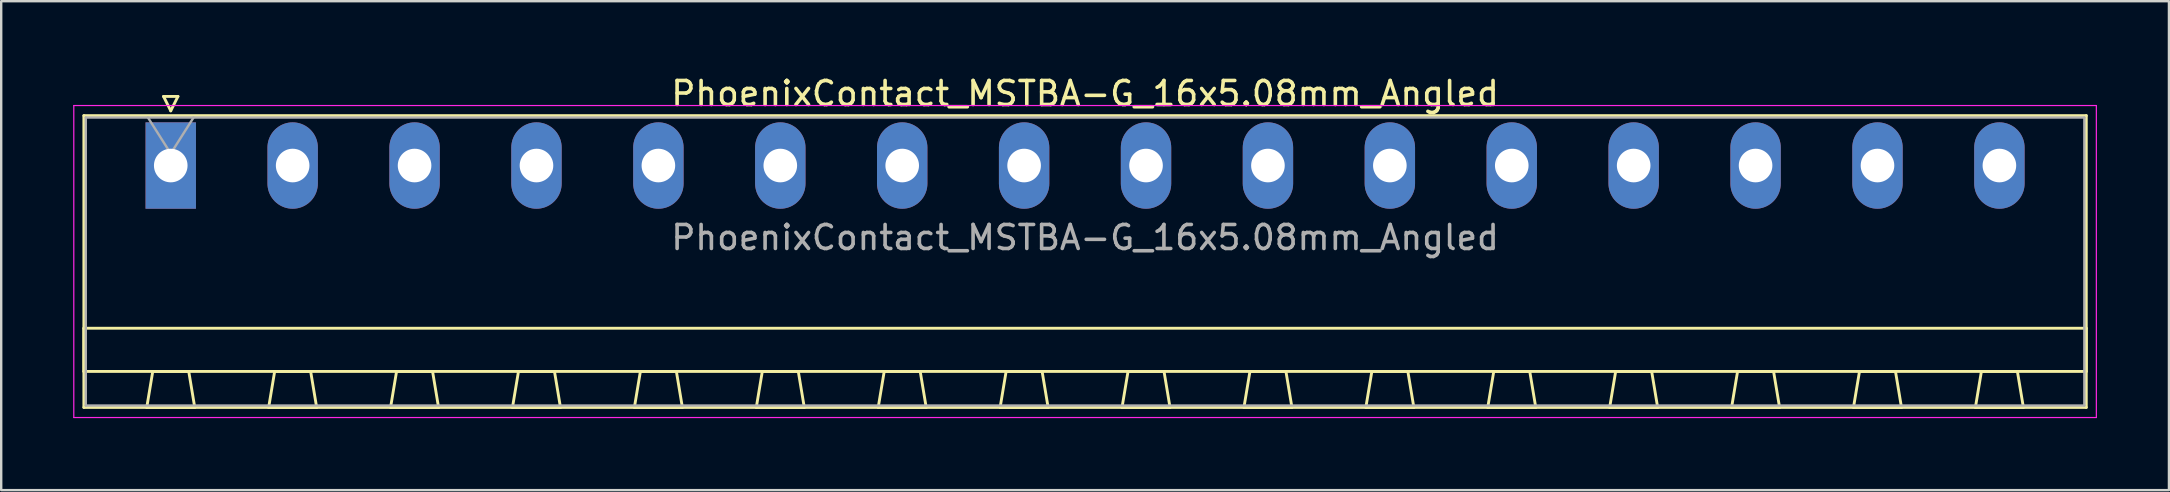
<source format=kicad_pcb>
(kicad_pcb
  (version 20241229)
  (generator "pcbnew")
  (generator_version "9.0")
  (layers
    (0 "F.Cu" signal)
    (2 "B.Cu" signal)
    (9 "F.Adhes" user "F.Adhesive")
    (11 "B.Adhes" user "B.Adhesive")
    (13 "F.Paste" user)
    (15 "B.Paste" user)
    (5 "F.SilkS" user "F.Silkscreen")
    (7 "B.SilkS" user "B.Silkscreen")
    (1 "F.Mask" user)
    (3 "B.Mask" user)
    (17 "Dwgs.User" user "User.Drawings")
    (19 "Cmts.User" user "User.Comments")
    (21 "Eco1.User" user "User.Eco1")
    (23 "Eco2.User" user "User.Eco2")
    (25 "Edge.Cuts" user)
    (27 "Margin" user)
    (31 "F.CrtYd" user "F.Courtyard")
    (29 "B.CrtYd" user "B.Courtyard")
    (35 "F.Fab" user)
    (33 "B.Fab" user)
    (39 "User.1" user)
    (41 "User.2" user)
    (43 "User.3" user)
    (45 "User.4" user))
  (footprint "PhoenixContact_MSTBA-G_16x5.08mm_Angled"
    (layer "F.Cu")
    (at 4.065 3.848)
    (property "Reference" "PhoenixContact_MSTBA-G_16x5.08mm_Angled" (at 38.1 -3 0) (layer "F.SilkS") (effects (font (size 1 1) (thickness 0.15))))
    (attr through_hole)
    (fp_line (start -3.62 -2.08) (end -3.62 10.08) (stroke (width 0.12) (type solid)) (layer "F.SilkS"))
    (fp_line (start -3.62 6.78) (end 79.82 6.78) (stroke (width 0.12) (type solid)) (layer "F.SilkS"))
    (fp_line (start -3.62 8.58) (end -3.62 6.78) (stroke (width 0.12) (type solid)) (layer "F.SilkS"))
    (fp_line (start -3.62 10.08) (end 79.82 10.08) (stroke (width 0.12) (type solid)) (layer "F.SilkS"))
    (fp_line (start -1 10.08) (end 1 10.08) (stroke (width 0.12) (type solid)) (layer "F.SilkS"))
    (fp_line (start -0.75 8.58) (end -1 10.08) (stroke (width 0.12) (type solid)) (layer "F.SilkS"))
    (fp_line (start -0.3 -2.88) (end 0.3 -2.88) (stroke (width 0.12) (type solid)) (layer "F.SilkS"))
    (fp_line (start 0 -2.28) (end -0.3 -2.88) (stroke (width 0.12) (type solid)) (layer "F.SilkS"))
    (fp_line (start 0.3 -2.88) (end 0 -2.28) (stroke (width 0.12) (type solid)) (layer "F.SilkS"))
    (fp_line (start 0.75 8.58) (end -0.75 8.58) (stroke (width 0.12) (type solid)) (layer "F.SilkS"))
    (fp_line (start 1 10.08) (end 0.75 8.58) (stroke (width 0.12) (type solid)) (layer "F.SilkS"))
    (fp_line (start 4.08 10.08) (end 6.08 10.08) (stroke (width 0.12) (type solid)) (layer "F.SilkS"))
    (fp_line (start 4.33 8.58) (end 4.08 10.08) (stroke (width 0.12) (type solid)) (layer "F.SilkS"))
    (fp_line (start 5.83 8.58) (end 4.33 8.58) (stroke (width 0.12) (type solid)) (layer "F.SilkS"))
    (fp_line (start 6.08 10.08) (end 5.83 8.58) (stroke (width 0.12) (type solid)) (layer "F.SilkS"))
    (fp_line (start 9.16 10.08) (end 11.16 10.08) (stroke (width 0.12) (type solid)) (layer "F.SilkS"))
    (fp_line (start 9.41 8.58) (end 9.16 10.08) (stroke (width 0.12) (type solid)) (layer "F.SilkS"))
    (fp_line (start 10.91 8.58) (end 9.41 8.58) (stroke (width 0.12) (type solid)) (layer "F.SilkS"))
    (fp_line (start 11.16 10.08) (end 10.91 8.58) (stroke (width 0.12) (type solid)) (layer "F.SilkS"))
    (fp_line (start 14.24 10.08) (end 16.24 10.08) (stroke (width 0.12) (type solid)) (layer "F.SilkS"))
    (fp_line (start 14.49 8.58) (end 14.24 10.08) (stroke (width 0.12) (type solid)) (layer "F.SilkS"))
    (fp_line (start 15.99 8.58) (end 14.49 8.58) (stroke (width 0.12) (type solid)) (layer "F.SilkS"))
    (fp_line (start 16.24 10.08) (end 15.99 8.58) (stroke (width 0.12) (type solid)) (layer "F.SilkS"))
    (fp_line (start 19.32 10.08) (end 21.32 10.08) (stroke (width 0.12) (type solid)) (layer "F.SilkS"))
    (fp_line (start 19.57 8.58) (end 19.32 10.08) (stroke (width 0.12) (type solid)) (layer "F.SilkS"))
    (fp_line (start 21.07 8.58) (end 19.57 8.58) (stroke (width 0.12) (type solid)) (layer "F.SilkS"))
    (fp_line (start 21.32 10.08) (end 21.07 8.58) (stroke (width 0.12) (type solid)) (layer "F.SilkS"))
    (fp_line (start 24.4 10.08) (end 26.4 10.08) (stroke (width 0.12) (type solid)) (layer "F.SilkS"))
    (fp_line (start 24.65 8.58) (end 24.4 10.08) (stroke (width 0.12) (type solid)) (layer "F.SilkS"))
    (fp_line (start 26.15 8.58) (end 24.65 8.58) (stroke (width 0.12) (type solid)) (layer "F.SilkS"))
    (fp_line (start 26.4 10.08) (end 26.15 8.58) (stroke (width 0.12) (type solid)) (layer "F.SilkS"))
    (fp_line (start 29.48 10.08) (end 31.48 10.08) (stroke (width 0.12) (type solid)) (layer "F.SilkS"))
    (fp_line (start 29.73 8.58) (end 29.48 10.08) (stroke (width 0.12) (type solid)) (layer "F.SilkS"))
    (fp_line (start 31.23 8.58) (end 29.73 8.58) (stroke (width 0.12) (type solid)) (layer "F.SilkS"))
    (fp_line (start 31.48 10.08) (end 31.23 8.58) (stroke (width 0.12) (type solid)) (layer "F.SilkS"))
    (fp_line (start 34.56 10.08) (end 36.56 10.08) (stroke (width 0.12) (type solid)) (layer "F.SilkS"))
    (fp_line (start 34.81 8.58) (end 34.56 10.08) (stroke (width 0.12) (type solid)) (layer "F.SilkS"))
    (fp_line (start 36.31 8.58) (end 34.81 8.58) (stroke (width 0.12) (type solid)) (layer "F.SilkS"))
    (fp_line (start 36.56 10.08) (end 36.31 8.58) (stroke (width 0.12) (type solid)) (layer "F.SilkS"))
    (fp_line (start 39.64 10.08) (end 41.64 10.08) (stroke (width 0.12) (type solid)) (layer "F.SilkS"))
    (fp_line (start 39.89 8.58) (end 39.64 10.08) (stroke (width 0.12) (type solid)) (layer "F.SilkS"))
    (fp_line (start 41.39 8.58) (end 39.89 8.58) (stroke (width 0.12) (type solid)) (layer "F.SilkS"))
    (fp_line (start 41.64 10.08) (end 41.39 8.58) (stroke (width 0.12) (type solid)) (layer "F.SilkS"))
    (fp_line (start 44.72 10.08) (end 46.72 10.08) (stroke (width 0.12) (type solid)) (layer "F.SilkS"))
    (fp_line (start 44.97 8.58) (end 44.72 10.08) (stroke (width 0.12) (type solid)) (layer "F.SilkS"))
    (fp_line (start 46.47 8.58) (end 44.97 8.58) (stroke (width 0.12) (type solid)) (layer "F.SilkS"))
    (fp_line (start 46.72 10.08) (end 46.47 8.58) (stroke (width 0.12) (type solid)) (layer "F.SilkS"))
    (fp_line (start 49.8 10.08) (end 51.8 10.08) (stroke (width 0.12) (type solid)) (layer "F.SilkS"))
    (fp_line (start 50.05 8.58) (end 49.8 10.08) (stroke (width 0.12) (type solid)) (layer "F.SilkS"))
    (fp_line (start 51.55 8.58) (end 50.05 8.58) (stroke (width 0.12) (type solid)) (layer "F.SilkS"))
    (fp_line (start 51.8 10.08) (end 51.55 8.58) (stroke (width 0.12) (type solid)) (layer "F.SilkS"))
    (fp_line (start 54.88 10.08) (end 56.88 10.08) (stroke (width 0.12) (type solid)) (layer "F.SilkS"))
    (fp_line (start 55.13 8.58) (end 54.88 10.08) (stroke (width 0.12) (type solid)) (layer "F.SilkS"))
    (fp_line (start 56.63 8.58) (end 55.13 8.58) (stroke (width 0.12) (type solid)) (layer "F.SilkS"))
    (fp_line (start 56.88 10.08) (end 56.63 8.58) (stroke (width 0.12) (type solid)) (layer "F.SilkS"))
    (fp_line (start 59.96 10.08) (end 61.96 10.08) (stroke (width 0.12) (type solid)) (layer "F.SilkS"))
    (fp_line (start 60.21 8.58) (end 59.96 10.08) (stroke (width 0.12) (type solid)) (layer "F.SilkS"))
    (fp_line (start 61.71 8.58) (end 60.21 8.58) (stroke (width 0.12) (type solid)) (layer "F.SilkS"))
    (fp_line (start 61.96 10.08) (end 61.71 8.58) (stroke (width 0.12) (type solid)) (layer "F.SilkS"))
    (fp_line (start 65.04 10.08) (end 67.04 10.08) (stroke (width 0.12) (type solid)) (layer "F.SilkS"))
    (fp_line (start 65.29 8.58) (end 65.04 10.08) (stroke (width 0.12) (type solid)) (layer "F.SilkS"))
    (fp_line (start 66.79 8.58) (end 65.29 8.58) (stroke (width 0.12) (type solid)) (layer "F.SilkS"))
    (fp_line (start 67.04 10.08) (end 66.79 8.58) (stroke (width 0.12) (type solid)) (layer "F.SilkS"))
    (fp_line (start 70.12 10.08) (end 72.12 10.08) (stroke (width 0.12) (type solid)) (layer "F.SilkS"))
    (fp_line (start 70.37 8.58) (end 70.12 10.08) (stroke (width 0.12) (type solid)) (layer "F.SilkS"))
    (fp_line (start 71.87 8.58) (end 70.37 8.58) (stroke (width 0.12) (type solid)) (layer "F.SilkS"))
    (fp_line (start 72.12 10.08) (end 71.87 8.58) (stroke (width 0.12) (type solid)) (layer "F.SilkS"))
    (fp_line (start 75.2 10.08) (end 77.2 10.08) (stroke (width 0.12) (type solid)) (layer "F.SilkS"))
    (fp_line (start 75.45 8.58) (end 75.2 10.08) (stroke (width 0.12) (type solid)) (layer "F.SilkS"))
    (fp_line (start 76.95 8.58) (end 75.45 8.58) (stroke (width 0.12) (type solid)) (layer "F.SilkS"))
    (fp_line (start 77.2 10.08) (end 76.95 8.58) (stroke (width 0.12) (type solid)) (layer "F.SilkS"))
    (fp_line (start 79.82 -2.08) (end -3.62 -2.08) (stroke (width 0.12) (type solid)) (layer "F.SilkS"))
    (fp_line (start 79.82 6.78) (end 79.82 8.58) (stroke (width 0.12) (type solid)) (layer "F.SilkS"))
    (fp_line (start 79.82 8.58) (end -3.62 8.58) (stroke (width 0.12) (type solid)) (layer "F.SilkS"))
    (fp_line (start 79.82 10.08) (end 79.82 -2.08) (stroke (width 0.12) (type solid)) (layer "F.SilkS"))
    (fp_line (start -4.04 -2.5) (end -4.04 10.5) (stroke (width 0.05) (type solid)) (layer "F.CrtYd"))
    (fp_line (start -4.04 10.5) (end 80.24 10.5) (stroke (width 0.05) (type solid)) (layer "F.CrtYd"))
    (fp_line (start 80.24 -2.5) (end -4.04 -2.5) (stroke (width 0.05) (type solid)) (layer "F.CrtYd"))
    (fp_line (start 80.24 10.5) (end 80.24 -2.5) (stroke (width 0.05) (type solid)) (layer "F.CrtYd"))
    (fp_line (start -3.54 -2) (end -3.54 10) (stroke (width 0.1) (type solid)) (layer "F.Fab"))
    (fp_line (start -3.54 10) (end 79.74 10) (stroke (width 0.1) (type solid)) (layer "F.Fab"))
    (fp_line (start 0 -0.5) (end -0.95 -2) (stroke (width 0.1) (type solid)) (layer "F.Fab"))
    (fp_line (start 0.95 -2) (end 0 -0.5) (stroke (width 0.1) (type solid)) (layer "F.Fab"))
    (fp_line (start 79.74 -2) (end -3.54 -2) (stroke (width 0.1) (type solid)) (layer "F.Fab"))
    (fp_line (start 79.74 10) (end 79.74 -2) (stroke (width 0.1) (type solid)) (layer "F.Fab"))
    (fp_text user "${REFERENCE}" (at 38.1 3 0) (layer "F.Fab") (effects (font (size 1 1) (thickness 0.15))))
    (pad "1" thru_hole rect (at 0 0) (size 2.1 3.6) (drill 1.4) (layers "*.Cu" "*.Mask"))
    (pad "2" thru_hole oval (at 5.08 0) (size 2.1 3.6) (drill 1.4) (layers "*.Cu" "*.Mask"))
    (pad "3" thru_hole oval (at 10.16 0) (size 2.1 3.6) (drill 1.4) (layers "*.Cu" "*.Mask"))
    (pad "4" thru_hole oval (at 15.24 0) (size 2.1 3.6) (drill 1.4) (layers "*.Cu" "*.Mask"))
    (pad "5" thru_hole oval (at 20.32 0) (size 2.1 3.6) (drill 1.4) (layers "*.Cu" "*.Mask"))
    (pad "6" thru_hole oval (at 25.4 0) (size 2.1 3.6) (drill 1.4) (layers "*.Cu" "*.Mask"))
    (pad "7" thru_hole oval (at 30.48 0) (size 2.1 3.6) (drill 1.4) (layers "*.Cu" "*.Mask"))
    (pad "8" thru_hole oval (at 35.56 0) (size 2.1 3.6) (drill 1.4) (layers "*.Cu" "*.Mask"))
    (pad "9" thru_hole oval (at 40.64 0) (size 2.1 3.6) (drill 1.4) (layers "*.Cu" "*.Mask"))
    (pad "10" thru_hole oval (at 45.72 0) (size 2.1 3.6) (drill 1.4) (layers "*.Cu" "*.Mask"))
    (pad "11" thru_hole oval (at 50.8 0) (size 2.1 3.6) (drill 1.4) (layers "*.Cu" "*.Mask"))
    (pad "12" thru_hole oval (at 55.88 0) (size 2.1 3.6) (drill 1.4) (layers "*.Cu" "*.Mask"))
    (pad "13" thru_hole oval (at 60.96 0) (size 2.1 3.6) (drill 1.4) (layers "*.Cu" "*.Mask"))
    (pad "14" thru_hole oval (at 66.04 0) (size 2.1 3.6) (drill 1.4) (layers "*.Cu" "*.Mask"))
    (pad "15" thru_hole oval (at 71.12 0) (size 2.1 3.6) (drill 1.4) (layers "*.Cu" "*.Mask"))
    (pad "16" thru_hole oval (at 76.2 0) (size 2.1 3.6) (drill 1.4) (layers "*.Cu" "*.Mask")))
  (gr_rect
    (start -3 -3)
    (end 87.33 17.373)
    (stroke (width 0.1) (type default))
    (fill no)
    (layer "Edge.Cuts")))
</source>
